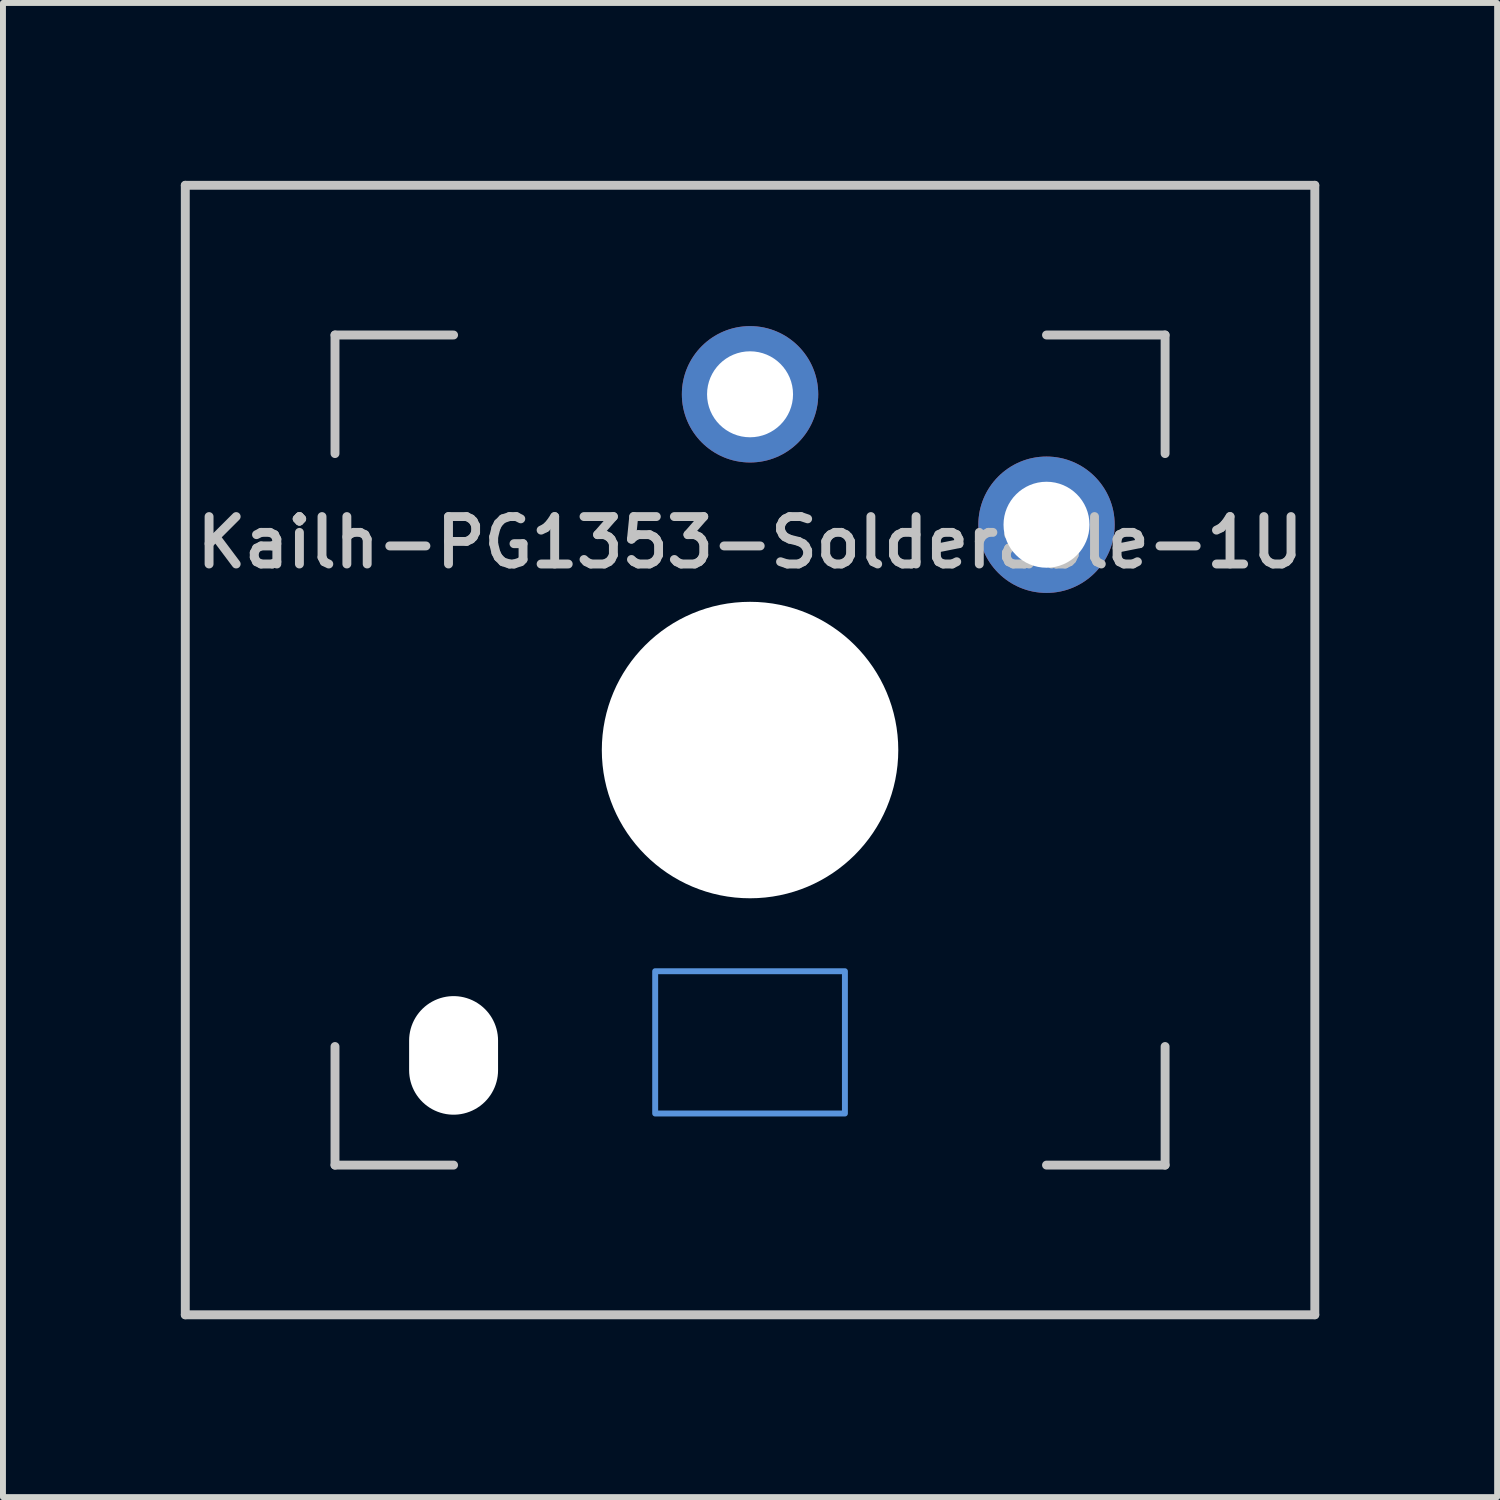
<source format=kicad_pcb>
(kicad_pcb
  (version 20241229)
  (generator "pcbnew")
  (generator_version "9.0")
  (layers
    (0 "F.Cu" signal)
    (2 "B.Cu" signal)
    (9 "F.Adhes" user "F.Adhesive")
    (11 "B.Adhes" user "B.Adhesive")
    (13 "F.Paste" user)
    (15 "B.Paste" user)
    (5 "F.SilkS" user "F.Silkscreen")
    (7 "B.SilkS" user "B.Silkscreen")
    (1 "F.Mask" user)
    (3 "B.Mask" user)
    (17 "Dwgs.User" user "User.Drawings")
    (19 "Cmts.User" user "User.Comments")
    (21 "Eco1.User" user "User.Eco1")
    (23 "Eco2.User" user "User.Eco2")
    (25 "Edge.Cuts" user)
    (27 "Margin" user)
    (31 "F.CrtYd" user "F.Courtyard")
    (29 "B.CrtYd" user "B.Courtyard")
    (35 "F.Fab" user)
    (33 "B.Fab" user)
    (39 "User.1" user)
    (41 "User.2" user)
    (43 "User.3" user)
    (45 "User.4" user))
  (footprint "Kailh-PG1353-Solderable-1U"
    (layer "F.Cu")
    (at 9.6 9.6)
    (property "Reference" "Kailh-PG1353-Solderable-1U" (at 0 -3.5 0) (layer "Dwgs.User") (effects (font (size 0.8 0.8) (thickness 0.15))))
    (attr through_hole)
    (fp_line (start -9.525 9.525) (end -9.525 -9.525) (stroke (width 0.15) (type solid)) (layer "Dwgs.User"))
    (fp_line (start -7 -7) (end -7 -5) (stroke (width 0.15) (type solid)) (layer "Dwgs.User"))
    (fp_line (start -7 5) (end -7 7) (stroke (width 0.15) (type solid)) (layer "Dwgs.User"))
    (fp_line (start -7 7) (end -5 7) (stroke (width 0.15) (type solid)) (layer "Dwgs.User"))
    (fp_line (start -5 -7) (end -7 -7) (stroke (width 0.15) (type solid)) (layer "Dwgs.User"))
    (fp_line (start 5 -7) (end 7 -7) (stroke (width 0.15) (type solid)) (layer "Dwgs.User"))
    (fp_line (start 5 7) (end 7 7) (stroke (width 0.15) (type solid)) (layer "Dwgs.User"))
    (fp_line (start 7 -7) (end 7 -5) (stroke (width 0.15) (type solid)) (layer "Dwgs.User"))
    (fp_line (start 7 7) (end 7 5) (stroke (width 0.15) (type solid)) (layer "Dwgs.User"))
    (fp_line (start 9.525 -9.525) (end -9.525 -9.525) (stroke (width 0.15) (type solid)) (layer "Dwgs.User"))
    (fp_line (start 9.525 9.525) (end -9.525 9.525) (stroke (width 0.15) (type solid)) (layer "Dwgs.User"))
    (fp_line (start 9.525 9.525) (end 9.525 -9.525) (stroke (width 0.15) (type solid)) (layer "Dwgs.User"))
    (fp_rect (start -1.6 3.73) (end 1.6 6.13) (stroke (width 0.1) (type default)) (fill no) (layer "Cmts.User"))
    (pad "" np_thru_hole oval (at -5 5.15 180) (size 1.5 2) (drill oval 1.5 2) (layers "*.Cu" "*.Mask"))
    (pad "" np_thru_hole circle (at 0 0 180) (size 5 5) (drill 5.1) (layers "*.Cu" "*.Mask"))
    (pad "1" thru_hole circle (at 5 -3.8 180) (size 2.3 2.3) (drill 1.45) (layers "*.Cu" "B.Mask"))
    (pad "2" thru_hole circle (at 0 -6 180) (size 2.3 2.3) (drill 1.45) (layers "*.Cu" "B.Mask")))
  (gr_rect
    (start -3 -3)
    (end 22.2 22.2)
    (stroke (width 0.1) (type default))
    (fill no)
    (layer "Edge.Cuts")))
</source>
